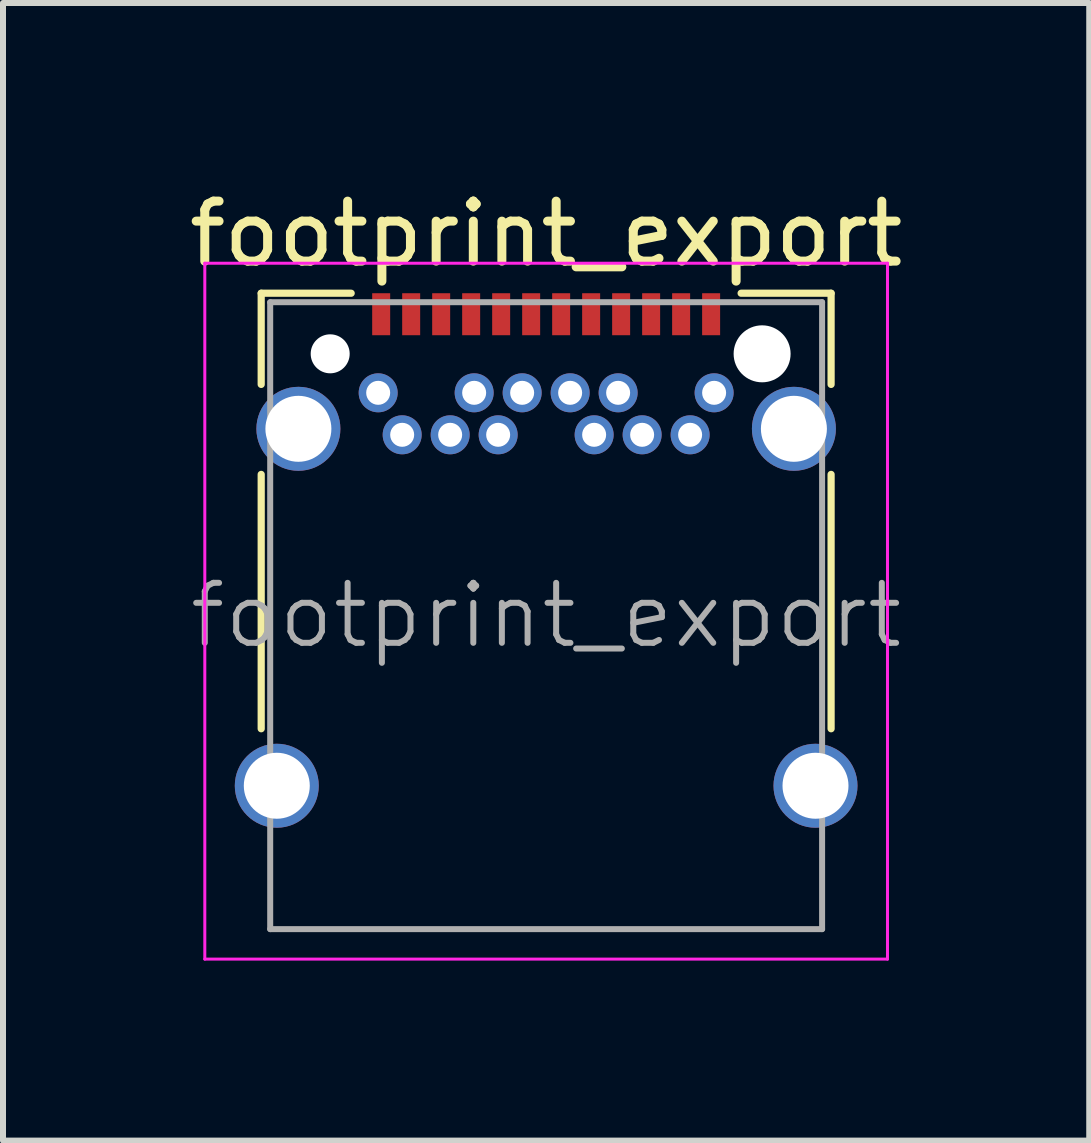
<source format=kicad_pcb>
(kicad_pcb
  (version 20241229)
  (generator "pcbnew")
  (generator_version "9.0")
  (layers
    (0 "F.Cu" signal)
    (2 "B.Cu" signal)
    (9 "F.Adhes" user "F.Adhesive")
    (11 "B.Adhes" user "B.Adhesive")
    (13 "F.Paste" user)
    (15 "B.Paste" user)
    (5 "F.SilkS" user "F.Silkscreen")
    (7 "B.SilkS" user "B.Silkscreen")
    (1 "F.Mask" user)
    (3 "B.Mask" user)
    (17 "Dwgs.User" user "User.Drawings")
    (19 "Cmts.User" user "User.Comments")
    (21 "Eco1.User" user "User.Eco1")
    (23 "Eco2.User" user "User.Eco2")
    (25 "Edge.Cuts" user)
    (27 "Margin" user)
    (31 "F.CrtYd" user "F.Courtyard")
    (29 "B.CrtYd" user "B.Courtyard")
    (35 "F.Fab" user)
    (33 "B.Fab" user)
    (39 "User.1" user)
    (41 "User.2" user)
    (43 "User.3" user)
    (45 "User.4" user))
  (footprint "footprint_export"
    (layer "F.Cu")
    (at 6.054 7.208)
    (property "Reference" "footprint_export" (at 0 -6.36 0) (layer "F.SilkS") (effects (font (size 1 1) (thickness 0.15))))
    (attr smd)
    (fp_line (start -4.75 -5.37) (end -4.75 -3.85) (stroke (width 0.12) (type solid)) (layer "F.SilkS"))
    (fp_line (start -4.75 -5.37) (end -3.25 -5.37) (stroke (width 0.12) (type solid)) (layer "F.SilkS"))
    (fp_line (start -4.75 -2.35) (end -4.75 1.89) (stroke (width 0.12) (type solid)) (layer "F.SilkS"))
    (fp_line (start 3.25 -5.37) (end 4.75 -5.37) (stroke (width 0.12) (type solid)) (layer "F.SilkS"))
    (fp_line (start 4.75 -5.37) (end 4.75 -3.85) (stroke (width 0.12) (type solid)) (layer "F.SilkS"))
    (fp_line (start 4.75 -2.35) (end 4.75 1.89) (stroke (width 0.12) (type solid)) (layer "F.SilkS"))
    (fp_line (start -5.69 -5.87) (end 5.69 -5.87) (stroke (width 0.05) (type solid)) (layer "F.CrtYd"))
    (fp_line (start -5.69 5.73) (end -5.69 -5.87) (stroke (width 0.05) (type solid)) (layer "F.CrtYd"))
    (fp_line (start 5.69 -5.87) (end 5.69 5.73) (stroke (width 0.05) (type solid)) (layer "F.CrtYd"))
    (fp_line (start 5.69 5.73) (end -5.69 5.73) (stroke (width 0.05) (type solid)) (layer "F.CrtYd"))
    (fp_line (start -4.6 -5.22) (end 4.6 -5.22) (stroke (width 0.1) (type solid)) (layer "F.Fab"))
    (fp_line (start -4.6 5.23) (end -4.6 -5.22) (stroke (width 0.1) (type solid)) (layer "F.Fab"))
    (fp_line (start -4.6 5.23) (end 4.6 5.23) (stroke (width 0.1) (type solid)) (layer "F.Fab"))
    (fp_line (start 4.6 5.23) (end 4.6 -5.22) (stroke (width 0.1) (type solid)) (layer "F.Fab"))
    (fp_text user "${REFERENCE}" (at 0 0 0) (layer "F.Fab") (effects (font (size 1 1) (thickness 0.1))))
    (pad "" np_thru_hole circle (at -3.6 -4.36) (size 0.65 0.65) (drill 0.65) (layers "*.Cu" "*.Mask"))
    (pad "" np_thru_hole circle (at 3.6 -4.36) (size 0.95 0.95) (drill 0.95) (layers "*.Cu" "*.Mask"))
    (pad "A1" smd rect (at -2.75 -5.02) (size 0.3 0.7) (layers "F.Cu" "F.Mask" "F.Paste"))
    (pad "A2" smd rect (at -2.25 -5.02) (size 0.3 0.7) (layers "F.Cu" "F.Mask" "F.Paste"))
    (pad "A3" smd rect (at -1.75 -5.02) (size 0.3 0.7) (layers "F.Cu" "F.Mask" "F.Paste"))
    (pad "A4" smd rect (at -1.25 -5.02) (size 0.3 0.7) (layers "F.Cu" "F.Mask" "F.Paste"))
    (pad "A5" smd rect (at -0.75 -5.02) (size 0.3 0.7) (layers "F.Cu" "F.Mask" "F.Paste"))
    (pad "A6" smd rect (at -0.25 -5.02) (size 0.3 0.7) (layers "F.Cu" "F.Mask" "F.Paste"))
    (pad "A7" smd rect (at 0.25 -5.02) (size 0.3 0.7) (layers "F.Cu" "F.Mask" "F.Paste"))
    (pad "A8" smd rect (at 0.75 -5.02) (size 0.3 0.7) (layers "F.Cu" "F.Mask" "F.Paste"))
    (pad "A9" smd rect (at 1.25 -5.02) (size 0.3 0.7) (layers "F.Cu" "F.Mask" "F.Paste"))
    (pad "A10" smd rect (at 1.75 -5.02) (size 0.3 0.7) (layers "F.Cu" "F.Mask" "F.Paste"))
    (pad "A11" smd rect (at 2.25 -5.02) (size 0.3 0.7) (layers "F.Cu" "F.Mask" "F.Paste"))
    (pad "A12" smd rect (at 2.75 -5.02) (size 0.3 0.7) (layers "F.Cu" "F.Mask" "F.Paste"))
    (pad "B1" thru_hole circle (at 2.8 -3.71) (size 0.65 0.65) (drill 0.4) (layers "*.Cu" "*.Mask"))
    (pad "B2" thru_hole circle (at 2.4 -3.01) (size 0.65 0.65) (drill 0.4) (layers "*.Cu" "*.Mask"))
    (pad "B3" thru_hole circle (at 1.6 -3.01) (size 0.65 0.65) (drill 0.4) (layers "*.Cu" "*.Mask"))
    (pad "B4" thru_hole circle (at 1.2 -3.71) (size 0.65 0.65) (drill 0.4) (layers "*.Cu" "*.Mask"))
    (pad "B5" thru_hole circle (at 0.8 -3.01) (size 0.65 0.65) (drill 0.4) (layers "*.Cu" "*.Mask"))
    (pad "B6" thru_hole circle (at 0.4 -3.71) (size 0.65 0.65) (drill 0.4) (layers "*.Cu" "*.Mask"))
    (pad "B7" thru_hole circle (at -0.4 -3.71) (size 0.65 0.65) (drill 0.4) (layers "*.Cu" "*.Mask"))
    (pad "B8" thru_hole circle (at -0.8 -3.01) (size 0.65 0.65) (drill 0.4) (layers "*.Cu" "*.Mask"))
    (pad "B9" thru_hole circle (at -1.2 -3.71) (size 0.65 0.65) (drill 0.4) (layers "*.Cu" "*.Mask"))
    (pad "B10" thru_hole circle (at -1.6 -3.01) (size 0.65 0.65) (drill 0.4) (layers "*.Cu" "*.Mask"))
    (pad "B11" thru_hole circle (at -2.4 -3.01) (size 0.65 0.65) (drill 0.4) (layers "*.Cu" "*.Mask"))
    (pad "B12" thru_hole circle (at -2.8 -3.71) (size 0.65 0.65) (drill 0.4) (layers "*.Cu" "*.Mask"))
    (pad "S1" thru_hole circle (at -4.49 2.84) (size 1.4 1.4) (drill 1.1) (layers "*.Cu" "*.Mask"))
    (pad "S1" thru_hole circle (at -4.13 -3.11) (size 1.4 1.4) (drill 1.1) (layers "*.Cu" "*.Mask"))
    (pad "S1" thru_hole circle (at 4.13 -3.11) (size 1.4 1.4) (drill 1.1) (layers "*.Cu" "*.Mask"))
    (pad "S1" thru_hole circle (at 4.49 2.84) (size 1.4 1.4) (drill 1.1) (layers "*.Cu" "*.Mask")))
  (gr_rect
    (start -3 -3)
    (end 15.107 15.963)
    (stroke (width 0.1) (type default))
    (fill no)
    (layer "Edge.Cuts")))
</source>
